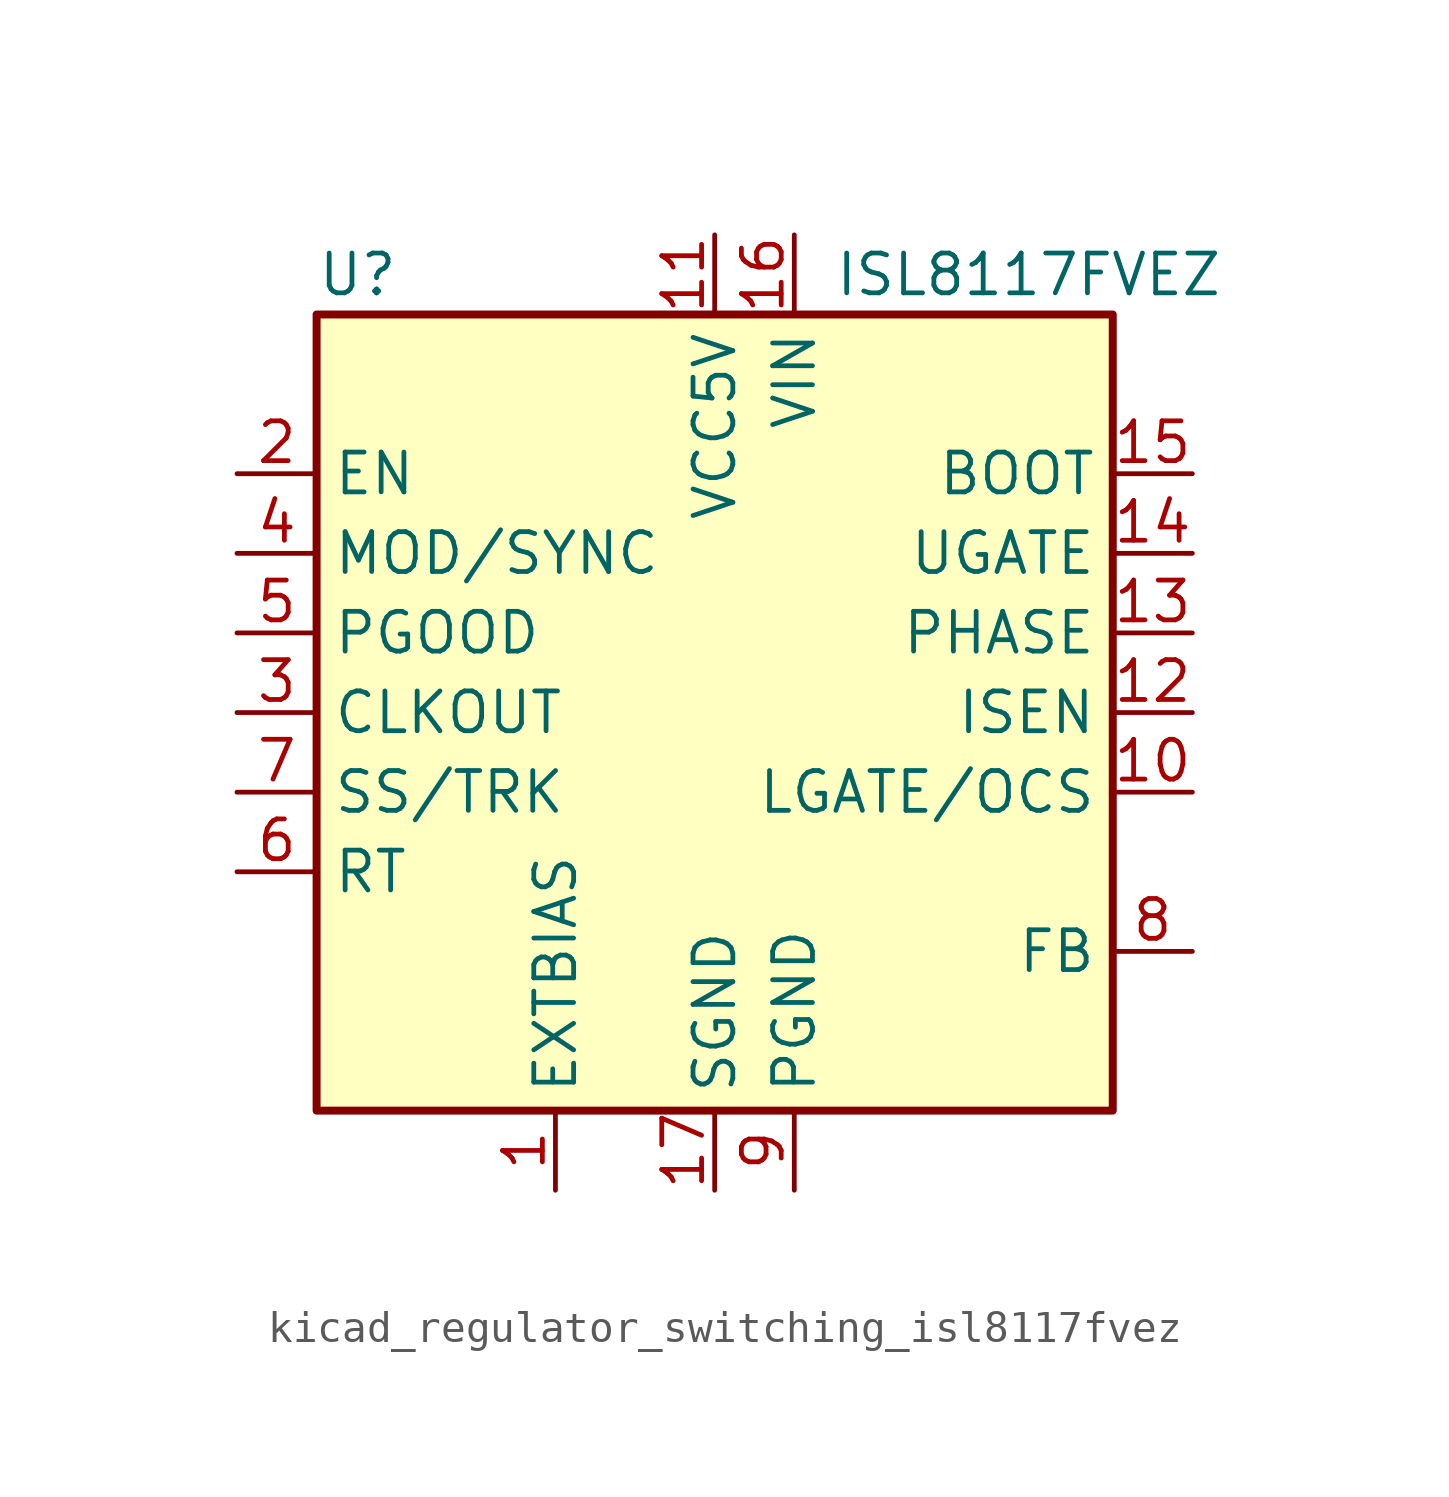
<source format=kicad_sym>
(kicad_symbol_lib
  (version 20220914)
  (generator kicad_symbol_editor)
  (symbol "kicad_regulator_switching_isl8117fvez"
    (property "Reference" "U"
      (at -12.7 13.97 0)
      (effects (font (size 1.27 1.27)) (justify left)))
    (property "Value" "ISL8117FVEZ"
      (at 3.81 13.97 0)
      (effects (font (size 1.27 1.27)) (justify left)))
    (symbol "kicad_regulator_switching_isl8117fvez_0_1"
      (rectangle (start -12.7 12.7) (end 12.7 -12.7) (stroke (width 0.254) (type default)) (fill (type background))))
    (symbol "kicad_regulator_switching_isl8117fvez_1_1"
      (pin input line (at -5.08 -15.24 90) (length 2.54) (name "EXTBIAS" (effects (font (size 1.27 1.27)))) (number "1" (effects (font (size 1.27 1.27)))))
      (pin input line (at 15.24 -2.54 180) (length 2.54) (name "LGATE/OCS" (effects (font (size 1.27 1.27)))) (number "10" (effects (font (size 1.27 1.27)))))
      (pin power_in line (at 0 15.24 270) (length 2.54) (name "VCC5V" (effects (font (size 1.27 1.27)))) (number "11" (effects (font (size 1.27 1.27)))))
      (pin input line (at 15.24 0 180) (length 2.54) (name "ISEN" (effects (font (size 1.27 1.27)))) (number "12" (effects (font (size 1.27 1.27)))))
      (pin input line (at 15.24 2.54 180) (length 2.54) (name "PHASE" (effects (font (size 1.27 1.27)))) (number "13" (effects (font (size 1.27 1.27)))))
      (pin output line (at 15.24 5.08 180) (length 2.54) (name "UGATE" (effects (font (size 1.27 1.27)))) (number "14" (effects (font (size 1.27 1.27)))))
      (pin input line (at 15.24 7.62 180) (length 2.54) (name "BOOT" (effects (font (size 1.27 1.27)))) (number "15" (effects (font (size 1.27 1.27)))))
      (pin power_in line (at 2.54 15.24 270) (length 2.54) (name "VIN" (effects (font (size 1.27 1.27)))) (number "16" (effects (font (size 1.27 1.27)))))
      (pin power_in line (at 0 -15.24 90) (length 2.54) (name "SGND" (effects (font (size 1.27 1.27)))) (number "17" (effects (font (size 1.27 1.27)))))
      (pin input line (at -15.24 7.62 0) (length 2.54) (name "EN" (effects (font (size 1.27 1.27)))) (number "2" (effects (font (size 1.27 1.27)))))
      (pin input line (at -15.24 0 0) (length 2.54) (name "CLKOUT" (effects (font (size 1.27 1.27)))) (number "3" (effects (font (size 1.27 1.27)))))
      (pin input line (at -15.24 5.08 0) (length 2.54) (name "MOD/SYNC" (effects (font (size 1.27 1.27)))) (number "4" (effects (font (size 1.27 1.27)))))
      (pin input line (at -15.24 2.54 0) (length 2.54) (name "PGOOD" (effects (font (size 1.27 1.27)))) (number "5" (effects (font (size 1.27 1.27)))))
      (pin input line (at -15.24 -5.08 0) (length 2.54) (name "RT" (effects (font (size 1.27 1.27)))) (number "6" (effects (font (size 1.27 1.27)))))
      (pin input line (at -15.24 -2.54 0) (length 2.54) (name "SS/TRK" (effects (font (size 1.27 1.27)))) (number "7" (effects (font (size 1.27 1.27)))))
      (pin input line (at 15.24 -7.62 180) (length 2.54) (name "FB" (effects (font (size 1.27 1.27)))) (number "8" (effects (font (size 1.27 1.27)))))
      (pin power_in line (at 2.54 -15.24 90) (length 2.54) (name "PGND" (effects (font (size 1.27 1.27)))) (number "9" (effects (font (size 1.27 1.27))))))))
</source>
